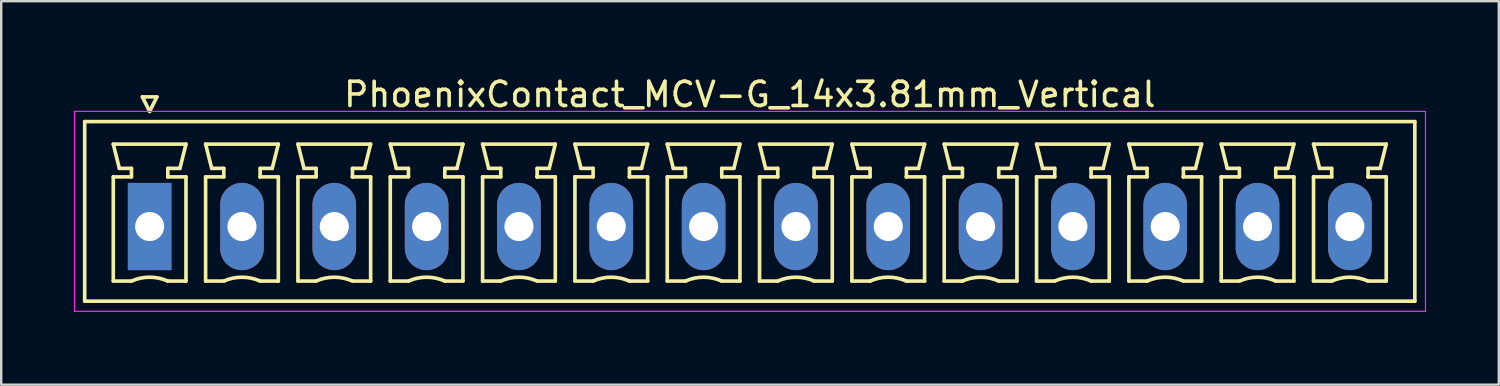
<source format=kicad_pcb>
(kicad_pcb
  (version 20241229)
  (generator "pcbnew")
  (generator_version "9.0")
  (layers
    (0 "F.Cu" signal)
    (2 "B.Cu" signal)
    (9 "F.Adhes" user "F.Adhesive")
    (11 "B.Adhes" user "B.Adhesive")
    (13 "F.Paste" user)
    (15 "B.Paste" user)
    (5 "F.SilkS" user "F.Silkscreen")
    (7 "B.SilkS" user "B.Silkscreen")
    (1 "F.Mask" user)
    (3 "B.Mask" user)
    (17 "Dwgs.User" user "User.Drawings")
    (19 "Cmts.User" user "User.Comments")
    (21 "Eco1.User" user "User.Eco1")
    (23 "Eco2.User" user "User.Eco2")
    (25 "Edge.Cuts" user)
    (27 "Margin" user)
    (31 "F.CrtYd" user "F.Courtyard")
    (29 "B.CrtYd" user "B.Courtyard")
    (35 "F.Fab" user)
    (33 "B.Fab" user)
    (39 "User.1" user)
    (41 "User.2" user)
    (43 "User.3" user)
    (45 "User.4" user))
  (footprint "PhoenixContact_MCV-G_14x3.81mm_Vertical"
    (layer "F.Cu")
    (at 3.125 6.298)
    (property "Reference" "PhoenixContact_MCV-G_14x3.81mm_Vertical" (at 24.765 -5.45 0) (layer "F.SilkS") (effects (font (size 1 1) (thickness 0.15))))
    (attr through_hole)
    (fp_line (start -2.68 -4.33) (end -2.68 3.08) (stroke (width 0.15) (type solid)) (layer "F.SilkS"))
    (fp_line (start -2.68 3.08) (end 52.21 3.08) (stroke (width 0.15) (type solid)) (layer "F.SilkS"))
    (fp_line (start -1.5 -3.4) (end 1.5 -3.4) (stroke (width 0.15) (type solid)) (layer "F.SilkS"))
    (fp_line (start -1.5 -2.05) (end -0.75 -2.05) (stroke (width 0.15) (type solid)) (layer "F.SilkS"))
    (fp_line (start -1.5 2.25) (end -1.5 -2.05) (stroke (width 0.15) (type solid)) (layer "F.SilkS"))
    (fp_line (start -1.25 -2.4) (end -1.5 -3.4) (stroke (width 0.15) (type solid)) (layer "F.SilkS"))
    (fp_line (start -0.75 -2.4) (end -1.25 -2.4) (stroke (width 0.15) (type solid)) (layer "F.SilkS"))
    (fp_line (start -0.75 -2.05) (end -0.75 -2.4) (stroke (width 0.15) (type solid)) (layer "F.SilkS"))
    (fp_line (start -0.75 2.25) (end -1.5 2.25) (stroke (width 0.15) (type solid)) (layer "F.SilkS"))
    (fp_line (start -0.3 -5.35) (end 0 -4.75) (stroke (width 0.15) (type solid)) (layer "F.SilkS"))
    (fp_line (start 0 -4.75) (end 0.3 -5.35) (stroke (width 0.15) (type solid)) (layer "F.SilkS"))
    (fp_line (start 0.3 -5.35) (end -0.3 -5.35) (stroke (width 0.15) (type solid)) (layer "F.SilkS"))
    (fp_line (start 0.75 -2.4) (end 0.75 -2.05) (stroke (width 0.15) (type solid)) (layer "F.SilkS"))
    (fp_line (start 0.75 -2.05) (end 0.75 -2.05) (stroke (width 0.15) (type solid)) (layer "F.SilkS"))
    (fp_line (start 0.75 -2.05) (end 1.5 -2.05) (stroke (width 0.15) (type solid)) (layer "F.SilkS"))
    (fp_line (start 1.25 -2.4) (end 0.75 -2.4) (stroke (width 0.15) (type solid)) (layer "F.SilkS"))
    (fp_line (start 1.5 -3.4) (end 1.25 -2.4) (stroke (width 0.15) (type solid)) (layer "F.SilkS"))
    (fp_line (start 1.5 -2.05) (end 1.5 2.25) (stroke (width 0.15) (type solid)) (layer "F.SilkS"))
    (fp_line (start 1.5 2.25) (end 0.75 2.25) (stroke (width 0.15) (type solid)) (layer "F.SilkS"))
    (fp_line (start 2.31 -3.4) (end 5.31 -3.4) (stroke (width 0.15) (type solid)) (layer "F.SilkS"))
    (fp_line (start 2.31 -2.05) (end 3.06 -2.05) (stroke (width 0.15) (type solid)) (layer "F.SilkS"))
    (fp_line (start 2.31 2.25) (end 2.31 -2.05) (stroke (width 0.15) (type solid)) (layer "F.SilkS"))
    (fp_line (start 2.56 -2.4) (end 2.31 -3.4) (stroke (width 0.15) (type solid)) (layer "F.SilkS"))
    (fp_line (start 3.06 -2.4) (end 2.56 -2.4) (stroke (width 0.15) (type solid)) (layer "F.SilkS"))
    (fp_line (start 3.06 -2.05) (end 3.06 -2.4) (stroke (width 0.15) (type solid)) (layer "F.SilkS"))
    (fp_line (start 3.06 2.25) (end 2.31 2.25) (stroke (width 0.15) (type solid)) (layer "F.SilkS"))
    (fp_line (start 4.56 -2.4) (end 4.56 -2.05) (stroke (width 0.15) (type solid)) (layer "F.SilkS"))
    (fp_line (start 4.56 -2.05) (end 4.56 -2.05) (stroke (width 0.15) (type solid)) (layer "F.SilkS"))
    (fp_line (start 4.56 -2.05) (end 5.31 -2.05) (stroke (width 0.15) (type solid)) (layer "F.SilkS"))
    (fp_line (start 5.06 -2.4) (end 4.56 -2.4) (stroke (width 0.15) (type solid)) (layer "F.SilkS"))
    (fp_line (start 5.31 -3.4) (end 5.06 -2.4) (stroke (width 0.15) (type solid)) (layer "F.SilkS"))
    (fp_line (start 5.31 -2.05) (end 5.31 2.25) (stroke (width 0.15) (type solid)) (layer "F.SilkS"))
    (fp_line (start 5.31 2.25) (end 4.56 2.25) (stroke (width 0.15) (type solid)) (layer "F.SilkS"))
    (fp_line (start 6.12 -3.4) (end 9.12 -3.4) (stroke (width 0.15) (type solid)) (layer "F.SilkS"))
    (fp_line (start 6.12 -2.05) (end 6.87 -2.05) (stroke (width 0.15) (type solid)) (layer "F.SilkS"))
    (fp_line (start 6.12 2.25) (end 6.12 -2.05) (stroke (width 0.15) (type solid)) (layer "F.SilkS"))
    (fp_line (start 6.37 -2.4) (end 6.12 -3.4) (stroke (width 0.15) (type solid)) (layer "F.SilkS"))
    (fp_line (start 6.87 -2.4) (end 6.37 -2.4) (stroke (width 0.15) (type solid)) (layer "F.SilkS"))
    (fp_line (start 6.87 -2.05) (end 6.87 -2.4) (stroke (width 0.15) (type solid)) (layer "F.SilkS"))
    (fp_line (start 6.87 2.25) (end 6.12 2.25) (stroke (width 0.15) (type solid)) (layer "F.SilkS"))
    (fp_line (start 8.37 -2.4) (end 8.37 -2.05) (stroke (width 0.15) (type solid)) (layer "F.SilkS"))
    (fp_line (start 8.37 -2.05) (end 8.37 -2.05) (stroke (width 0.15) (type solid)) (layer "F.SilkS"))
    (fp_line (start 8.37 -2.05) (end 9.12 -2.05) (stroke (width 0.15) (type solid)) (layer "F.SilkS"))
    (fp_line (start 8.87 -2.4) (end 8.37 -2.4) (stroke (width 0.15) (type solid)) (layer "F.SilkS"))
    (fp_line (start 9.12 -3.4) (end 8.87 -2.4) (stroke (width 0.15) (type solid)) (layer "F.SilkS"))
    (fp_line (start 9.12 -2.05) (end 9.12 2.25) (stroke (width 0.15) (type solid)) (layer "F.SilkS"))
    (fp_line (start 9.12 2.25) (end 8.37 2.25) (stroke (width 0.15) (type solid)) (layer "F.SilkS"))
    (fp_line (start 9.93 -3.4) (end 12.93 -3.4) (stroke (width 0.15) (type solid)) (layer "F.SilkS"))
    (fp_line (start 9.93 -2.05) (end 10.68 -2.05) (stroke (width 0.15) (type solid)) (layer "F.SilkS"))
    (fp_line (start 9.93 2.25) (end 9.93 -2.05) (stroke (width 0.15) (type solid)) (layer "F.SilkS"))
    (fp_line (start 10.18 -2.4) (end 9.93 -3.4) (stroke (width 0.15) (type solid)) (layer "F.SilkS"))
    (fp_line (start 10.68 -2.4) (end 10.18 -2.4) (stroke (width 0.15) (type solid)) (layer "F.SilkS"))
    (fp_line (start 10.68 -2.05) (end 10.68 -2.4) (stroke (width 0.15) (type solid)) (layer "F.SilkS"))
    (fp_line (start 10.68 2.25) (end 9.93 2.25) (stroke (width 0.15) (type solid)) (layer "F.SilkS"))
    (fp_line (start 12.18 -2.4) (end 12.18 -2.05) (stroke (width 0.15) (type solid)) (layer "F.SilkS"))
    (fp_line (start 12.18 -2.05) (end 12.18 -2.05) (stroke (width 0.15) (type solid)) (layer "F.SilkS"))
    (fp_line (start 12.18 -2.05) (end 12.93 -2.05) (stroke (width 0.15) (type solid)) (layer "F.SilkS"))
    (fp_line (start 12.68 -2.4) (end 12.18 -2.4) (stroke (width 0.15) (type solid)) (layer "F.SilkS"))
    (fp_line (start 12.93 -3.4) (end 12.68 -2.4) (stroke (width 0.15) (type solid)) (layer "F.SilkS"))
    (fp_line (start 12.93 -2.05) (end 12.93 2.25) (stroke (width 0.15) (type solid)) (layer "F.SilkS"))
    (fp_line (start 12.93 2.25) (end 12.18 2.25) (stroke (width 0.15) (type solid)) (layer "F.SilkS"))
    (fp_line (start 13.74 -3.4) (end 16.74 -3.4) (stroke (width 0.15) (type solid)) (layer "F.SilkS"))
    (fp_line (start 13.74 -2.05) (end 14.49 -2.05) (stroke (width 0.15) (type solid)) (layer "F.SilkS"))
    (fp_line (start 13.74 2.25) (end 13.74 -2.05) (stroke (width 0.15) (type solid)) (layer "F.SilkS"))
    (fp_line (start 13.99 -2.4) (end 13.74 -3.4) (stroke (width 0.15) (type solid)) (layer "F.SilkS"))
    (fp_line (start 14.49 -2.4) (end 13.99 -2.4) (stroke (width 0.15) (type solid)) (layer "F.SilkS"))
    (fp_line (start 14.49 -2.05) (end 14.49 -2.4) (stroke (width 0.15) (type solid)) (layer "F.SilkS"))
    (fp_line (start 14.49 2.25) (end 13.74 2.25) (stroke (width 0.15) (type solid)) (layer "F.SilkS"))
    (fp_line (start 15.99 -2.4) (end 15.99 -2.05) (stroke (width 0.15) (type solid)) (layer "F.SilkS"))
    (fp_line (start 15.99 -2.05) (end 15.99 -2.05) (stroke (width 0.15) (type solid)) (layer "F.SilkS"))
    (fp_line (start 15.99 -2.05) (end 16.74 -2.05) (stroke (width 0.15) (type solid)) (layer "F.SilkS"))
    (fp_line (start 16.49 -2.4) (end 15.99 -2.4) (stroke (width 0.15) (type solid)) (layer "F.SilkS"))
    (fp_line (start 16.74 -3.4) (end 16.49 -2.4) (stroke (width 0.15) (type solid)) (layer "F.SilkS"))
    (fp_line (start 16.74 -2.05) (end 16.74 2.25) (stroke (width 0.15) (type solid)) (layer "F.SilkS"))
    (fp_line (start 16.74 2.25) (end 15.99 2.25) (stroke (width 0.15) (type solid)) (layer "F.SilkS"))
    (fp_line (start 17.55 -3.4) (end 20.55 -3.4) (stroke (width 0.15) (type solid)) (layer "F.SilkS"))
    (fp_line (start 17.55 -2.05) (end 18.3 -2.05) (stroke (width 0.15) (type solid)) (layer "F.SilkS"))
    (fp_line (start 17.55 2.25) (end 17.55 -2.05) (stroke (width 0.15) (type solid)) (layer "F.SilkS"))
    (fp_line (start 17.8 -2.4) (end 17.55 -3.4) (stroke (width 0.15) (type solid)) (layer "F.SilkS"))
    (fp_line (start 18.3 -2.4) (end 17.8 -2.4) (stroke (width 0.15) (type solid)) (layer "F.SilkS"))
    (fp_line (start 18.3 -2.05) (end 18.3 -2.4) (stroke (width 0.15) (type solid)) (layer "F.SilkS"))
    (fp_line (start 18.3 2.25) (end 17.55 2.25) (stroke (width 0.15) (type solid)) (layer "F.SilkS"))
    (fp_line (start 19.8 -2.4) (end 19.8 -2.05) (stroke (width 0.15) (type solid)) (layer "F.SilkS"))
    (fp_line (start 19.8 -2.05) (end 19.8 -2.05) (stroke (width 0.15) (type solid)) (layer "F.SilkS"))
    (fp_line (start 19.8 -2.05) (end 20.55 -2.05) (stroke (width 0.15) (type solid)) (layer "F.SilkS"))
    (fp_line (start 20.3 -2.4) (end 19.8 -2.4) (stroke (width 0.15) (type solid)) (layer "F.SilkS"))
    (fp_line (start 20.55 -3.4) (end 20.3 -2.4) (stroke (width 0.15) (type solid)) (layer "F.SilkS"))
    (fp_line (start 20.55 -2.05) (end 20.55 2.25) (stroke (width 0.15) (type solid)) (layer "F.SilkS"))
    (fp_line (start 20.55 2.25) (end 19.8 2.25) (stroke (width 0.15) (type solid)) (layer "F.SilkS"))
    (fp_line (start 21.36 -3.4) (end 24.36 -3.4) (stroke (width 0.15) (type solid)) (layer "F.SilkS"))
    (fp_line (start 21.36 -2.05) (end 22.11 -2.05) (stroke (width 0.15) (type solid)) (layer "F.SilkS"))
    (fp_line (start 21.36 2.25) (end 21.36 -2.05) (stroke (width 0.15) (type solid)) (layer "F.SilkS"))
    (fp_line (start 21.61 -2.4) (end 21.36 -3.4) (stroke (width 0.15) (type solid)) (layer "F.SilkS"))
    (fp_line (start 22.11 -2.4) (end 21.61 -2.4) (stroke (width 0.15) (type solid)) (layer "F.SilkS"))
    (fp_line (start 22.11 -2.05) (end 22.11 -2.4) (stroke (width 0.15) (type solid)) (layer "F.SilkS"))
    (fp_line (start 22.11 2.25) (end 21.36 2.25) (stroke (width 0.15) (type solid)) (layer "F.SilkS"))
    (fp_line (start 23.61 -2.4) (end 23.61 -2.05) (stroke (width 0.15) (type solid)) (layer "F.SilkS"))
    (fp_line (start 23.61 -2.05) (end 23.61 -2.05) (stroke (width 0.15) (type solid)) (layer "F.SilkS"))
    (fp_line (start 23.61 -2.05) (end 24.36 -2.05) (stroke (width 0.15) (type solid)) (layer "F.SilkS"))
    (fp_line (start 24.11 -2.4) (end 23.61 -2.4) (stroke (width 0.15) (type solid)) (layer "F.SilkS"))
    (fp_line (start 24.36 -3.4) (end 24.11 -2.4) (stroke (width 0.15) (type solid)) (layer "F.SilkS"))
    (fp_line (start 24.36 -2.05) (end 24.36 2.25) (stroke (width 0.15) (type solid)) (layer "F.SilkS"))
    (fp_line (start 24.36 2.25) (end 23.61 2.25) (stroke (width 0.15) (type solid)) (layer "F.SilkS"))
    (fp_line (start 25.17 -3.4) (end 28.17 -3.4) (stroke (width 0.15) (type solid)) (layer "F.SilkS"))
    (fp_line (start 25.17 -2.05) (end 25.92 -2.05) (stroke (width 0.15) (type solid)) (layer "F.SilkS"))
    (fp_line (start 25.17 2.25) (end 25.17 -2.05) (stroke (width 0.15) (type solid)) (layer "F.SilkS"))
    (fp_line (start 25.42 -2.4) (end 25.17 -3.4) (stroke (width 0.15) (type solid)) (layer "F.SilkS"))
    (fp_line (start 25.92 -2.4) (end 25.42 -2.4) (stroke (width 0.15) (type solid)) (layer "F.SilkS"))
    (fp_line (start 25.92 -2.05) (end 25.92 -2.4) (stroke (width 0.15) (type solid)) (layer "F.SilkS"))
    (fp_line (start 25.92 2.25) (end 25.17 2.25) (stroke (width 0.15) (type solid)) (layer "F.SilkS"))
    (fp_line (start 27.42 -2.4) (end 27.42 -2.05) (stroke (width 0.15) (type solid)) (layer "F.SilkS"))
    (fp_line (start 27.42 -2.05) (end 27.42 -2.05) (stroke (width 0.15) (type solid)) (layer "F.SilkS"))
    (fp_line (start 27.42 -2.05) (end 28.17 -2.05) (stroke (width 0.15) (type solid)) (layer "F.SilkS"))
    (fp_line (start 27.92 -2.4) (end 27.42 -2.4) (stroke (width 0.15) (type solid)) (layer "F.SilkS"))
    (fp_line (start 28.17 -3.4) (end 27.92 -2.4) (stroke (width 0.15) (type solid)) (layer "F.SilkS"))
    (fp_line (start 28.17 -2.05) (end 28.17 2.25) (stroke (width 0.15) (type solid)) (layer "F.SilkS"))
    (fp_line (start 28.17 2.25) (end 27.42 2.25) (stroke (width 0.15) (type solid)) (layer "F.SilkS"))
    (fp_line (start 28.98 -3.4) (end 31.98 -3.4) (stroke (width 0.15) (type solid)) (layer "F.SilkS"))
    (fp_line (start 28.98 -2.05) (end 29.73 -2.05) (stroke (width 0.15) (type solid)) (layer "F.SilkS"))
    (fp_line (start 28.98 2.25) (end 28.98 -2.05) (stroke (width 0.15) (type solid)) (layer "F.SilkS"))
    (fp_line (start 29.23 -2.4) (end 28.98 -3.4) (stroke (width 0.15) (type solid)) (layer "F.SilkS"))
    (fp_line (start 29.73 -2.4) (end 29.23 -2.4) (stroke (width 0.15) (type solid)) (layer "F.SilkS"))
    (fp_line (start 29.73 -2.05) (end 29.73 -2.4) (stroke (width 0.15) (type solid)) (layer "F.SilkS"))
    (fp_line (start 29.73 2.25) (end 28.98 2.25) (stroke (width 0.15) (type solid)) (layer "F.SilkS"))
    (fp_line (start 31.23 -2.4) (end 31.23 -2.05) (stroke (width 0.15) (type solid)) (layer "F.SilkS"))
    (fp_line (start 31.23 -2.05) (end 31.23 -2.05) (stroke (width 0.15) (type solid)) (layer "F.SilkS"))
    (fp_line (start 31.23 -2.05) (end 31.98 -2.05) (stroke (width 0.15) (type solid)) (layer "F.SilkS"))
    (fp_line (start 31.73 -2.4) (end 31.23 -2.4) (stroke (width 0.15) (type solid)) (layer "F.SilkS"))
    (fp_line (start 31.98 -3.4) (end 31.73 -2.4) (stroke (width 0.15) (type solid)) (layer "F.SilkS"))
    (fp_line (start 31.98 -2.05) (end 31.98 2.25) (stroke (width 0.15) (type solid)) (layer "F.SilkS"))
    (fp_line (start 31.98 2.25) (end 31.23 2.25) (stroke (width 0.15) (type solid)) (layer "F.SilkS"))
    (fp_line (start 32.79 -3.4) (end 35.79 -3.4) (stroke (width 0.15) (type solid)) (layer "F.SilkS"))
    (fp_line (start 32.79 -2.05) (end 33.54 -2.05) (stroke (width 0.15) (type solid)) (layer "F.SilkS"))
    (fp_line (start 32.79 2.25) (end 32.79 -2.05) (stroke (width 0.15) (type solid)) (layer "F.SilkS"))
    (fp_line (start 33.04 -2.4) (end 32.79 -3.4) (stroke (width 0.15) (type solid)) (layer "F.SilkS"))
    (fp_line (start 33.54 -2.4) (end 33.04 -2.4) (stroke (width 0.15) (type solid)) (layer "F.SilkS"))
    (fp_line (start 33.54 -2.05) (end 33.54 -2.4) (stroke (width 0.15) (type solid)) (layer "F.SilkS"))
    (fp_line (start 33.54 2.25) (end 32.79 2.25) (stroke (width 0.15) (type solid)) (layer "F.SilkS"))
    (fp_line (start 35.04 -2.4) (end 35.04 -2.05) (stroke (width 0.15) (type solid)) (layer "F.SilkS"))
    (fp_line (start 35.04 -2.05) (end 35.04 -2.05) (stroke (width 0.15) (type solid)) (layer "F.SilkS"))
    (fp_line (start 35.04 -2.05) (end 35.79 -2.05) (stroke (width 0.15) (type solid)) (layer "F.SilkS"))
    (fp_line (start 35.54 -2.4) (end 35.04 -2.4) (stroke (width 0.15) (type solid)) (layer "F.SilkS"))
    (fp_line (start 35.79 -3.4) (end 35.54 -2.4) (stroke (width 0.15) (type solid)) (layer "F.SilkS"))
    (fp_line (start 35.79 -2.05) (end 35.79 2.25) (stroke (width 0.15) (type solid)) (layer "F.SilkS"))
    (fp_line (start 35.79 2.25) (end 35.04 2.25) (stroke (width 0.15) (type solid)) (layer "F.SilkS"))
    (fp_line (start 36.6 -3.4) (end 39.6 -3.4) (stroke (width 0.15) (type solid)) (layer "F.SilkS"))
    (fp_line (start 36.6 -2.05) (end 37.35 -2.05) (stroke (width 0.15) (type solid)) (layer "F.SilkS"))
    (fp_line (start 36.6 2.25) (end 36.6 -2.05) (stroke (width 0.15) (type solid)) (layer "F.SilkS"))
    (fp_line (start 36.85 -2.4) (end 36.6 -3.4) (stroke (width 0.15) (type solid)) (layer "F.SilkS"))
    (fp_line (start 37.35 -2.4) (end 36.85 -2.4) (stroke (width 0.15) (type solid)) (layer "F.SilkS"))
    (fp_line (start 37.35 -2.05) (end 37.35 -2.4) (stroke (width 0.15) (type solid)) (layer "F.SilkS"))
    (fp_line (start 37.35 2.25) (end 36.6 2.25) (stroke (width 0.15) (type solid)) (layer "F.SilkS"))
    (fp_line (start 38.85 -2.4) (end 38.85 -2.05) (stroke (width 0.15) (type solid)) (layer "F.SilkS"))
    (fp_line (start 38.85 -2.05) (end 38.85 -2.05) (stroke (width 0.15) (type solid)) (layer "F.SilkS"))
    (fp_line (start 38.85 -2.05) (end 39.6 -2.05) (stroke (width 0.15) (type solid)) (layer "F.SilkS"))
    (fp_line (start 39.35 -2.4) (end 38.85 -2.4) (stroke (width 0.15) (type solid)) (layer "F.SilkS"))
    (fp_line (start 39.6 -3.4) (end 39.35 -2.4) (stroke (width 0.15) (type solid)) (layer "F.SilkS"))
    (fp_line (start 39.6 -2.05) (end 39.6 2.25) (stroke (width 0.15) (type solid)) (layer "F.SilkS"))
    (fp_line (start 39.6 2.25) (end 38.85 2.25) (stroke (width 0.15) (type solid)) (layer "F.SilkS"))
    (fp_line (start 40.41 -3.4) (end 43.41 -3.4) (stroke (width 0.15) (type solid)) (layer "F.SilkS"))
    (fp_line (start 40.41 -2.05) (end 41.16 -2.05) (stroke (width 0.15) (type solid)) (layer "F.SilkS"))
    (fp_line (start 40.41 2.25) (end 40.41 -2.05) (stroke (width 0.15) (type solid)) (layer "F.SilkS"))
    (fp_line (start 40.66 -2.4) (end 40.41 -3.4) (stroke (width 0.15) (type solid)) (layer "F.SilkS"))
    (fp_line (start 41.16 -2.4) (end 40.66 -2.4) (stroke (width 0.15) (type solid)) (layer "F.SilkS"))
    (fp_line (start 41.16 -2.05) (end 41.16 -2.4) (stroke (width 0.15) (type solid)) (layer "F.SilkS"))
    (fp_line (start 41.16 2.25) (end 40.41 2.25) (stroke (width 0.15) (type solid)) (layer "F.SilkS"))
    (fp_line (start 42.66 -2.4) (end 42.66 -2.05) (stroke (width 0.15) (type solid)) (layer "F.SilkS"))
    (fp_line (start 42.66 -2.05) (end 42.66 -2.05) (stroke (width 0.15) (type solid)) (layer "F.SilkS"))
    (fp_line (start 42.66 -2.05) (end 43.41 -2.05) (stroke (width 0.15) (type solid)) (layer "F.SilkS"))
    (fp_line (start 43.16 -2.4) (end 42.66 -2.4) (stroke (width 0.15) (type solid)) (layer "F.SilkS"))
    (fp_line (start 43.41 -3.4) (end 43.16 -2.4) (stroke (width 0.15) (type solid)) (layer "F.SilkS"))
    (fp_line (start 43.41 -2.05) (end 43.41 2.25) (stroke (width 0.15) (type solid)) (layer "F.SilkS"))
    (fp_line (start 43.41 2.25) (end 42.66 2.25) (stroke (width 0.15) (type solid)) (layer "F.SilkS"))
    (fp_line (start 44.22 -3.4) (end 47.22 -3.4) (stroke (width 0.15) (type solid)) (layer "F.SilkS"))
    (fp_line (start 44.22 -2.05) (end 44.97 -2.05) (stroke (width 0.15) (type solid)) (layer "F.SilkS"))
    (fp_line (start 44.22 2.25) (end 44.22 -2.05) (stroke (width 0.15) (type solid)) (layer "F.SilkS"))
    (fp_line (start 44.47 -2.4) (end 44.22 -3.4) (stroke (width 0.15) (type solid)) (layer "F.SilkS"))
    (fp_line (start 44.97 -2.4) (end 44.47 -2.4) (stroke (width 0.15) (type solid)) (layer "F.SilkS"))
    (fp_line (start 44.97 -2.05) (end 44.97 -2.4) (stroke (width 0.15) (type solid)) (layer "F.SilkS"))
    (fp_line (start 44.97 2.25) (end 44.22 2.25) (stroke (width 0.15) (type solid)) (layer "F.SilkS"))
    (fp_line (start 46.47 -2.4) (end 46.47 -2.05) (stroke (width 0.15) (type solid)) (layer "F.SilkS"))
    (fp_line (start 46.47 -2.05) (end 46.47 -2.05) (stroke (width 0.15) (type solid)) (layer "F.SilkS"))
    (fp_line (start 46.47 -2.05) (end 47.22 -2.05) (stroke (width 0.15) (type solid)) (layer "F.SilkS"))
    (fp_line (start 46.97 -2.4) (end 46.47 -2.4) (stroke (width 0.15) (type solid)) (layer "F.SilkS"))
    (fp_line (start 47.22 -3.4) (end 46.97 -2.4) (stroke (width 0.15) (type solid)) (layer "F.SilkS"))
    (fp_line (start 47.22 -2.05) (end 47.22 2.25) (stroke (width 0.15) (type solid)) (layer "F.SilkS"))
    (fp_line (start 47.22 2.25) (end 46.47 2.25) (stroke (width 0.15) (type solid)) (layer "F.SilkS"))
    (fp_line (start 48.03 -3.4) (end 51.03 -3.4) (stroke (width 0.15) (type solid)) (layer "F.SilkS"))
    (fp_line (start 48.03 -2.05) (end 48.78 -2.05) (stroke (width 0.15) (type solid)) (layer "F.SilkS"))
    (fp_line (start 48.03 2.25) (end 48.03 -2.05) (stroke (width 0.15) (type solid)) (layer "F.SilkS"))
    (fp_line (start 48.28 -2.4) (end 48.03 -3.4) (stroke (width 0.15) (type solid)) (layer "F.SilkS"))
    (fp_line (start 48.78 -2.4) (end 48.28 -2.4) (stroke (width 0.15) (type solid)) (layer "F.SilkS"))
    (fp_line (start 48.78 -2.05) (end 48.78 -2.4) (stroke (width 0.15) (type solid)) (layer "F.SilkS"))
    (fp_line (start 48.78 2.25) (end 48.03 2.25) (stroke (width 0.15) (type solid)) (layer "F.SilkS"))
    (fp_line (start 50.28 -2.4) (end 50.28 -2.05) (stroke (width 0.15) (type solid)) (layer "F.SilkS"))
    (fp_line (start 50.28 -2.05) (end 50.28 -2.05) (stroke (width 0.15) (type solid)) (layer "F.SilkS"))
    (fp_line (start 50.28 -2.05) (end 51.03 -2.05) (stroke (width 0.15) (type solid)) (layer "F.SilkS"))
    (fp_line (start 50.78 -2.4) (end 50.28 -2.4) (stroke (width 0.15) (type solid)) (layer "F.SilkS"))
    (fp_line (start 51.03 -3.4) (end 50.78 -2.4) (stroke (width 0.15) (type solid)) (layer "F.SilkS"))
    (fp_line (start 51.03 -2.05) (end 51.03 2.25) (stroke (width 0.15) (type solid)) (layer "F.SilkS"))
    (fp_line (start 51.03 2.25) (end 50.28 2.25) (stroke (width 0.15) (type solid)) (layer "F.SilkS"))
    (fp_line (start 52.21 -4.33) (end -2.68 -4.33) (stroke (width 0.15) (type solid)) (layer "F.SilkS"))
    (fp_line (start 52.21 3.08) (end 52.21 -4.33) (stroke (width 0.15) (type solid)) (layer "F.SilkS"))
    (fp_arc (start -0.75 2.25) (mid -0.000193 2.09191) (end 0.749647 2.249844) (stroke (width 0.15) (type solid)) (layer "F.SilkS"))
    (fp_arc (start 3.06 2.25) (mid 3.809807 2.09191) (end 4.559647 2.249844) (stroke (width 0.15) (type solid)) (layer "F.SilkS"))
    (fp_arc (start 6.87 2.25) (mid 7.619807 2.09191) (end 8.369647 2.249844) (stroke (width 0.15) (type solid)) (layer "F.SilkS"))
    (fp_arc (start 10.68 2.25) (mid 11.429807 2.09191) (end 12.179647 2.249844) (stroke (width 0.15) (type solid)) (layer "F.SilkS"))
    (fp_arc (start 14.49 2.25) (mid 15.239807 2.09191) (end 15.989647 2.249844) (stroke (width 0.15) (type solid)) (layer "F.SilkS"))
    (fp_arc (start 18.3 2.25) (mid 19.049807 2.09191) (end 19.799647 2.249844) (stroke (width 0.15) (type solid)) (layer "F.SilkS"))
    (fp_arc (start 22.11 2.25) (mid 22.859807 2.09191) (end 23.609647 2.249844) (stroke (width 0.15) (type solid)) (layer "F.SilkS"))
    (fp_arc (start 25.92 2.25) (mid 26.669807 2.09191) (end 27.419647 2.249844) (stroke (width 0.15) (type solid)) (layer "F.SilkS"))
    (fp_arc (start 29.73 2.25) (mid 30.479807 2.09191) (end 31.229647 2.249844) (stroke (width 0.15) (type solid)) (layer "F.SilkS"))
    (fp_arc (start 33.54 2.25) (mid 34.289807 2.09191) (end 35.039647 2.249844) (stroke (width 0.15) (type solid)) (layer "F.SilkS"))
    (fp_arc (start 37.35 2.25) (mid 38.099807 2.09191) (end 38.849647 2.249844) (stroke (width 0.15) (type solid)) (layer "F.SilkS"))
    (fp_arc (start 41.16 2.25) (mid 41.909807 2.09191) (end 42.659647 2.249844) (stroke (width 0.15) (type solid)) (layer "F.SilkS"))
    (fp_arc (start 44.97 2.25) (mid 45.719807 2.09191) (end 46.469647 2.249844) (stroke (width 0.15) (type solid)) (layer "F.SilkS"))
    (fp_arc (start 48.78 2.25) (mid 49.529807 2.09191) (end 50.279647 2.249844) (stroke (width 0.15) (type solid)) (layer "F.SilkS"))
    (fp_line (start -3.1 -4.75) (end -3.1 3.5) (stroke (width 0.05) (type solid)) (layer "F.CrtYd"))
    (fp_line (start -3.1 3.5) (end 52.65 3.5) (stroke (width 0.05) (type solid)) (layer "F.CrtYd"))
    (fp_line (start 52.65 -4.75) (end -3.1 -4.75) (stroke (width 0.05) (type solid)) (layer "F.CrtYd"))
    (fp_line (start 52.65 3.5) (end 52.65 -4.75) (stroke (width 0.05) (type solid)) (layer "F.CrtYd"))
    (pad "1" thru_hole rect (at 0 0) (size 1.8 3.6) (drill 1.2) (layers "*.Cu" "*.Mask"))
    (pad "2" thru_hole oval (at 3.81 0) (size 1.8 3.6) (drill 1.2) (layers "*.Cu" "*.Mask"))
    (pad "3" thru_hole oval (at 7.62 0) (size 1.8 3.6) (drill 1.2) (layers "*.Cu" "*.Mask"))
    (pad "4" thru_hole oval (at 11.43 0) (size 1.8 3.6) (drill 1.2) (layers "*.Cu" "*.Mask"))
    (pad "5" thru_hole oval (at 15.24 0) (size 1.8 3.6) (drill 1.2) (layers "*.Cu" "*.Mask"))
    (pad "6" thru_hole oval (at 19.05 0) (size 1.8 3.6) (drill 1.2) (layers "*.Cu" "*.Mask"))
    (pad "7" thru_hole oval (at 22.86 0) (size 1.8 3.6) (drill 1.2) (layers "*.Cu" "*.Mask"))
    (pad "8" thru_hole oval (at 26.67 0) (size 1.8 3.6) (drill 1.2) (layers "*.Cu" "*.Mask"))
    (pad "9" thru_hole oval (at 30.48 0) (size 1.8 3.6) (drill 1.2) (layers "*.Cu" "*.Mask"))
    (pad "10" thru_hole oval (at 34.29 0) (size 1.8 3.6) (drill 1.2) (layers "*.Cu" "*.Mask"))
    (pad "11" thru_hole oval (at 38.1 0) (size 1.8 3.6) (drill 1.2) (layers "*.Cu" "*.Mask"))
    (pad "12" thru_hole oval (at 41.91 0) (size 1.8 3.6) (drill 1.2) (layers "*.Cu" "*.Mask"))
    (pad "13" thru_hole oval (at 45.72 0) (size 1.8 3.6) (drill 1.2) (layers "*.Cu" "*.Mask"))
    (pad "14" thru_hole oval (at 49.53 0) (size 1.8 3.6) (drill 1.2) (layers "*.Cu" "*.Mask")))
  (gr_rect
    (start -3 -3)
    (end 58.8 12.823)
    (stroke (width 0.1) (type default))
    (fill no)
    (layer "Edge.Cuts")))
</source>
